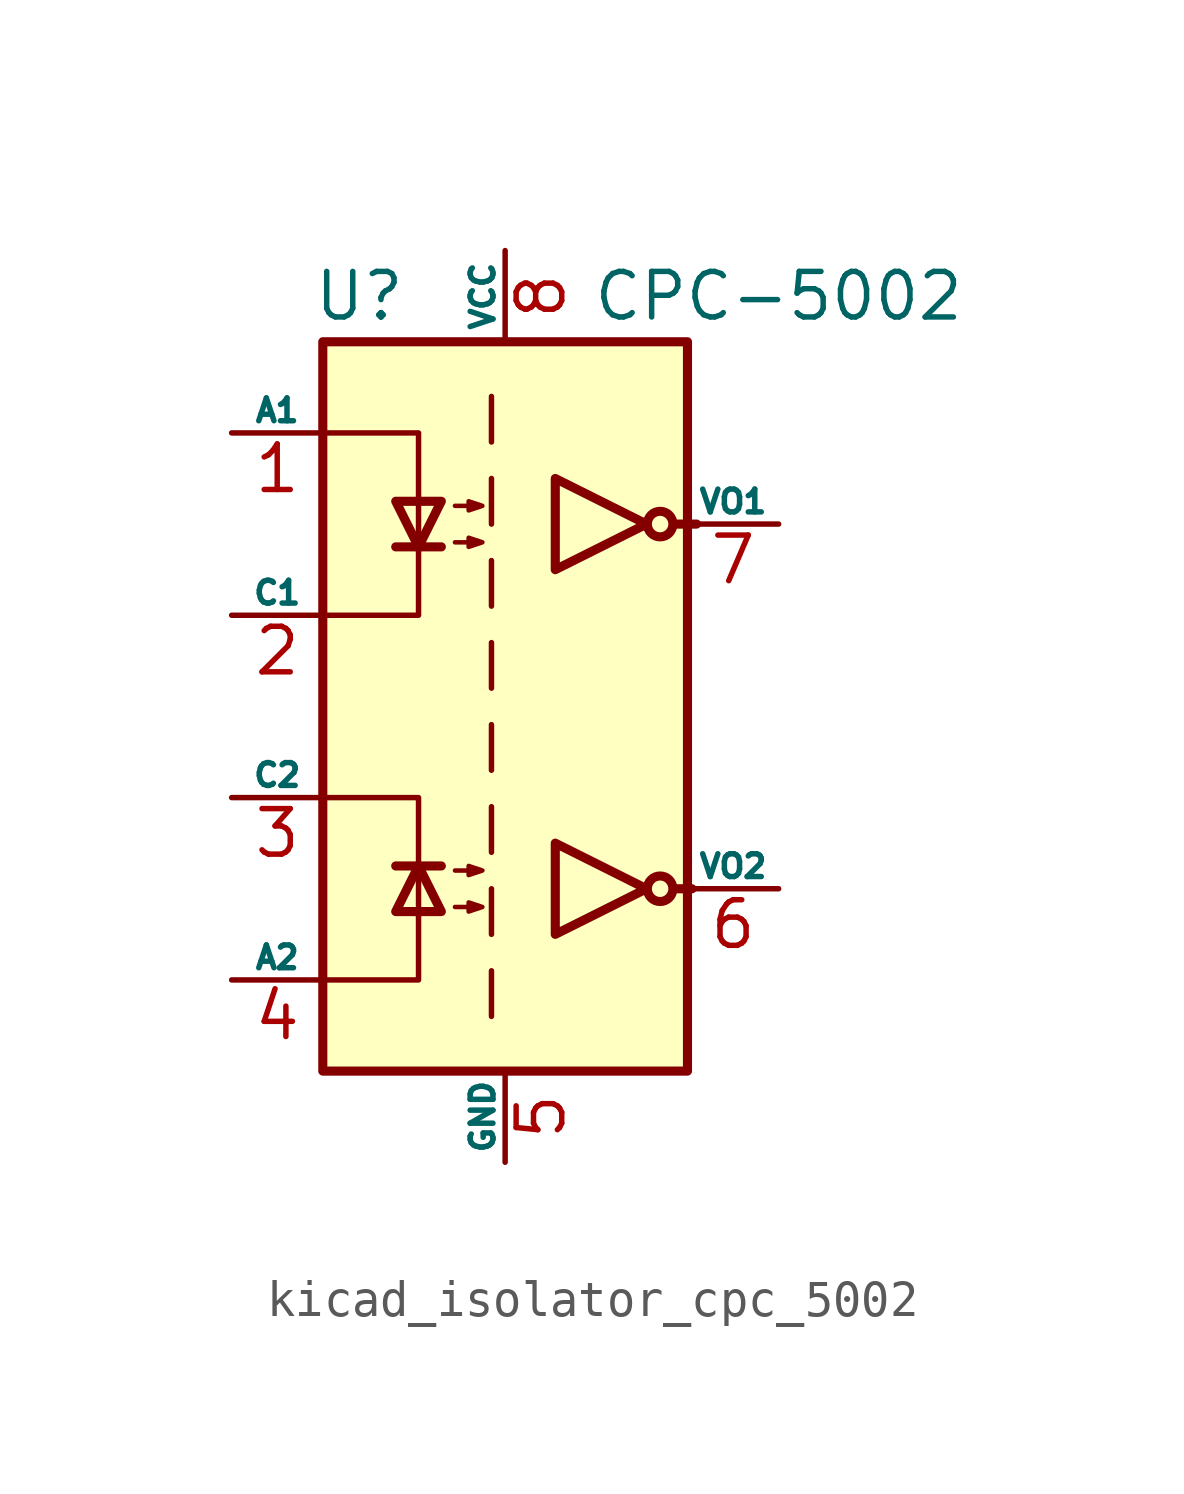
<source format=kicad_sym>
(kicad_symbol_lib
  (version 20220914)
  (generator kicad_symbol_editor)
  (symbol "kicad_isolator_cpc_5002"
    (pin_names
      (offset 0))
    (property "Reference" "U"
      (at -4.064 11.43 0)
      (effects (font (size 1.27 1.27))))
    (property "Value" "CPC-5002"
      (at 7.62 11.43 0)
      (effects (font (size 1.27 1.27))))
    (symbol "kicad_isolator_cpc_5002_1_1"
      (rectangle (start -5.08 10.16) (end 5.08 -10.16) (stroke (width 0.254) (type default)) (fill (type background)))
      (polyline (pts (xy -3.048 -4.445) (xy -1.778 -4.445)) (stroke (width 0.254) (type default)) (fill (type none)))
      (polyline (pts (xy -3.048 4.445) (xy -1.778 4.445)) (stroke (width 0.254) (type default)) (fill (type none)))
      (polyline (pts (xy -0.381 -7.366) (xy -0.381 -8.636)) (stroke (width 0) (type default)) (fill (type none)))
      (polyline (pts (xy -0.381 -5.08) (xy -0.381 -6.35)) (stroke (width 0) (type default)) (fill (type none)))
      (polyline (pts (xy -0.381 -2.794) (xy -0.381 -4.064)) (stroke (width 0) (type default)) (fill (type none)))
      (polyline (pts (xy -0.381 -0.508) (xy -0.381 -1.778)) (stroke (width 0) (type default)) (fill (type none)))
      (polyline (pts (xy -0.381 1.778) (xy -0.381 0.508)) (stroke (width 0) (type default)) (fill (type none)))
      (polyline (pts (xy -0.381 4.064) (xy -0.381 2.794)) (stroke (width 0) (type default)) (fill (type none)))
      (polyline (pts (xy -0.381 6.35) (xy -0.381 5.08)) (stroke (width 0) (type default)) (fill (type none)))
      (polyline (pts (xy -0.381 8.636) (xy -0.381 7.366)) (stroke (width 0) (type default)) (fill (type none)))
      (polyline (pts (xy 4.699 -5.08) (xy 5.207 -5.08)) (stroke (width 0.254) (type default)) (fill (type none)))
      (polyline (pts (xy 4.699 5.08) (xy 5.334 5.08)) (stroke (width 0.254) (type default)) (fill (type none)))
      (polyline (pts (xy -4.953 -7.62) (xy -2.413 -7.62) (xy -2.413 -5.715)) (stroke (width 0) (type default)) (fill (type none)))
      (polyline (pts (xy -4.953 7.62) (xy -2.413 7.62) (xy -2.413 4.318)) (stroke (width 0) (type default)) (fill (type none)))
      (polyline (pts (xy -2.413 -5.842) (xy -2.413 -2.54) (xy -4.953 -2.54)) (stroke (width 0) (type default)) (fill (type none)))
      (polyline (pts (xy -2.413 4.445) (xy -2.413 2.54) (xy -4.953 2.54)) (stroke (width 0) (type default)) (fill (type none)))
      (polyline (pts (xy -2.413 -4.445) (xy -3.048 -5.715) (xy -1.778 -5.715) (xy -2.413 -4.445)) (stroke (width 0.254) (type default)) (fill (type none)))
      (polyline (pts (xy -2.413 4.445) (xy -3.048 5.715) (xy -1.778 5.715) (xy -2.413 4.445)) (stroke (width 0.254) (type default)) (fill (type none)))
      (polyline (pts (xy 3.937 -5.08) (xy 1.397 -3.81) (xy 1.397 -6.35) (xy 3.937 -5.08)) (stroke (width 0.254) (type default)) (fill (type none)))
      (polyline (pts (xy 3.937 5.08) (xy 1.397 6.35) (xy 1.397 3.81) (xy 3.937 5.08)) (stroke (width 0.254) (type default)) (fill (type none)))
      (polyline (pts (xy -1.397 -5.588) (xy -0.635 -5.588) (xy -1.016 -5.715) (xy -1.016 -5.461) (xy -0.635 -5.588)) (stroke (width 0.127) (type default)) (fill (type none)))
      (polyline (pts (xy -1.397 -4.572) (xy -0.635 -4.572) (xy -1.016 -4.699) (xy -1.016 -4.445) (xy -0.635 -4.572)) (stroke (width 0.127) (type default)) (fill (type none)))
      (polyline (pts (xy -1.397 4.572) (xy -0.635 4.572) (xy -1.016 4.445) (xy -1.016 4.699) (xy -0.635 4.572)) (stroke (width 0.127) (type default)) (fill (type none)))
      (polyline (pts (xy -1.397 5.588) (xy -0.635 5.588) (xy -1.016 5.461) (xy -1.016 5.715) (xy -0.635 5.588)) (stroke (width 0.127) (type default)) (fill (type none)))
      (circle (center 4.318 -5.08) (radius 0.356) (stroke (width 0.254) (type default)) (fill (type none)))
      (circle (center 4.318 5.08) (radius 0.356) (stroke (width 0.254) (type default)) (fill (type none)))
      (pin passive line (at -7.62 7.62 0) (length 2.54) (name "A1" (effects (font (size 0.635 0.635)))) (number "1" (effects (font (size 1.27 1.27)))))
      (pin passive line (at -7.62 2.54 0) (length 2.54) (name "C1" (effects (font (size 0.635 0.635)))) (number "2" (effects (font (size 1.27 1.27)))))
      (pin passive line (at -7.62 -2.54 0) (length 2.54) (name "C2" (effects (font (size 0.635 0.635)))) (number "3" (effects (font (size 1.27 1.27)))))
      (pin passive line (at -7.62 -7.62 0) (length 2.54) (name "A2" (effects (font (size 0.635 0.635)))) (number "4" (effects (font (size 1.27 1.27)))))
      (pin power_in line (at 0 -12.7 90) (length 2.54) (name "GND" (effects (font (size 0.635 0.635)))) (number "5" (effects (font (size 1.27 1.27)))))
      (pin open_collector line (at 7.62 -5.08 180) (length 2.54) (name "VO2" (effects (font (size 0.635 0.635)))) (number "6" (effects (font (size 1.27 1.27)))))
      (pin open_collector line (at 7.62 5.08 180) (length 2.54) (name "VO1" (effects (font (size 0.635 0.635)))) (number "7" (effects (font (size 1.27 1.27)))))
      (pin power_in line (at 0 12.7 270) (length 2.54) (name "VCC" (effects (font (size 0.635 0.635)))) (number "8" (effects (font (size 1.27 1.27))))))))
</source>
